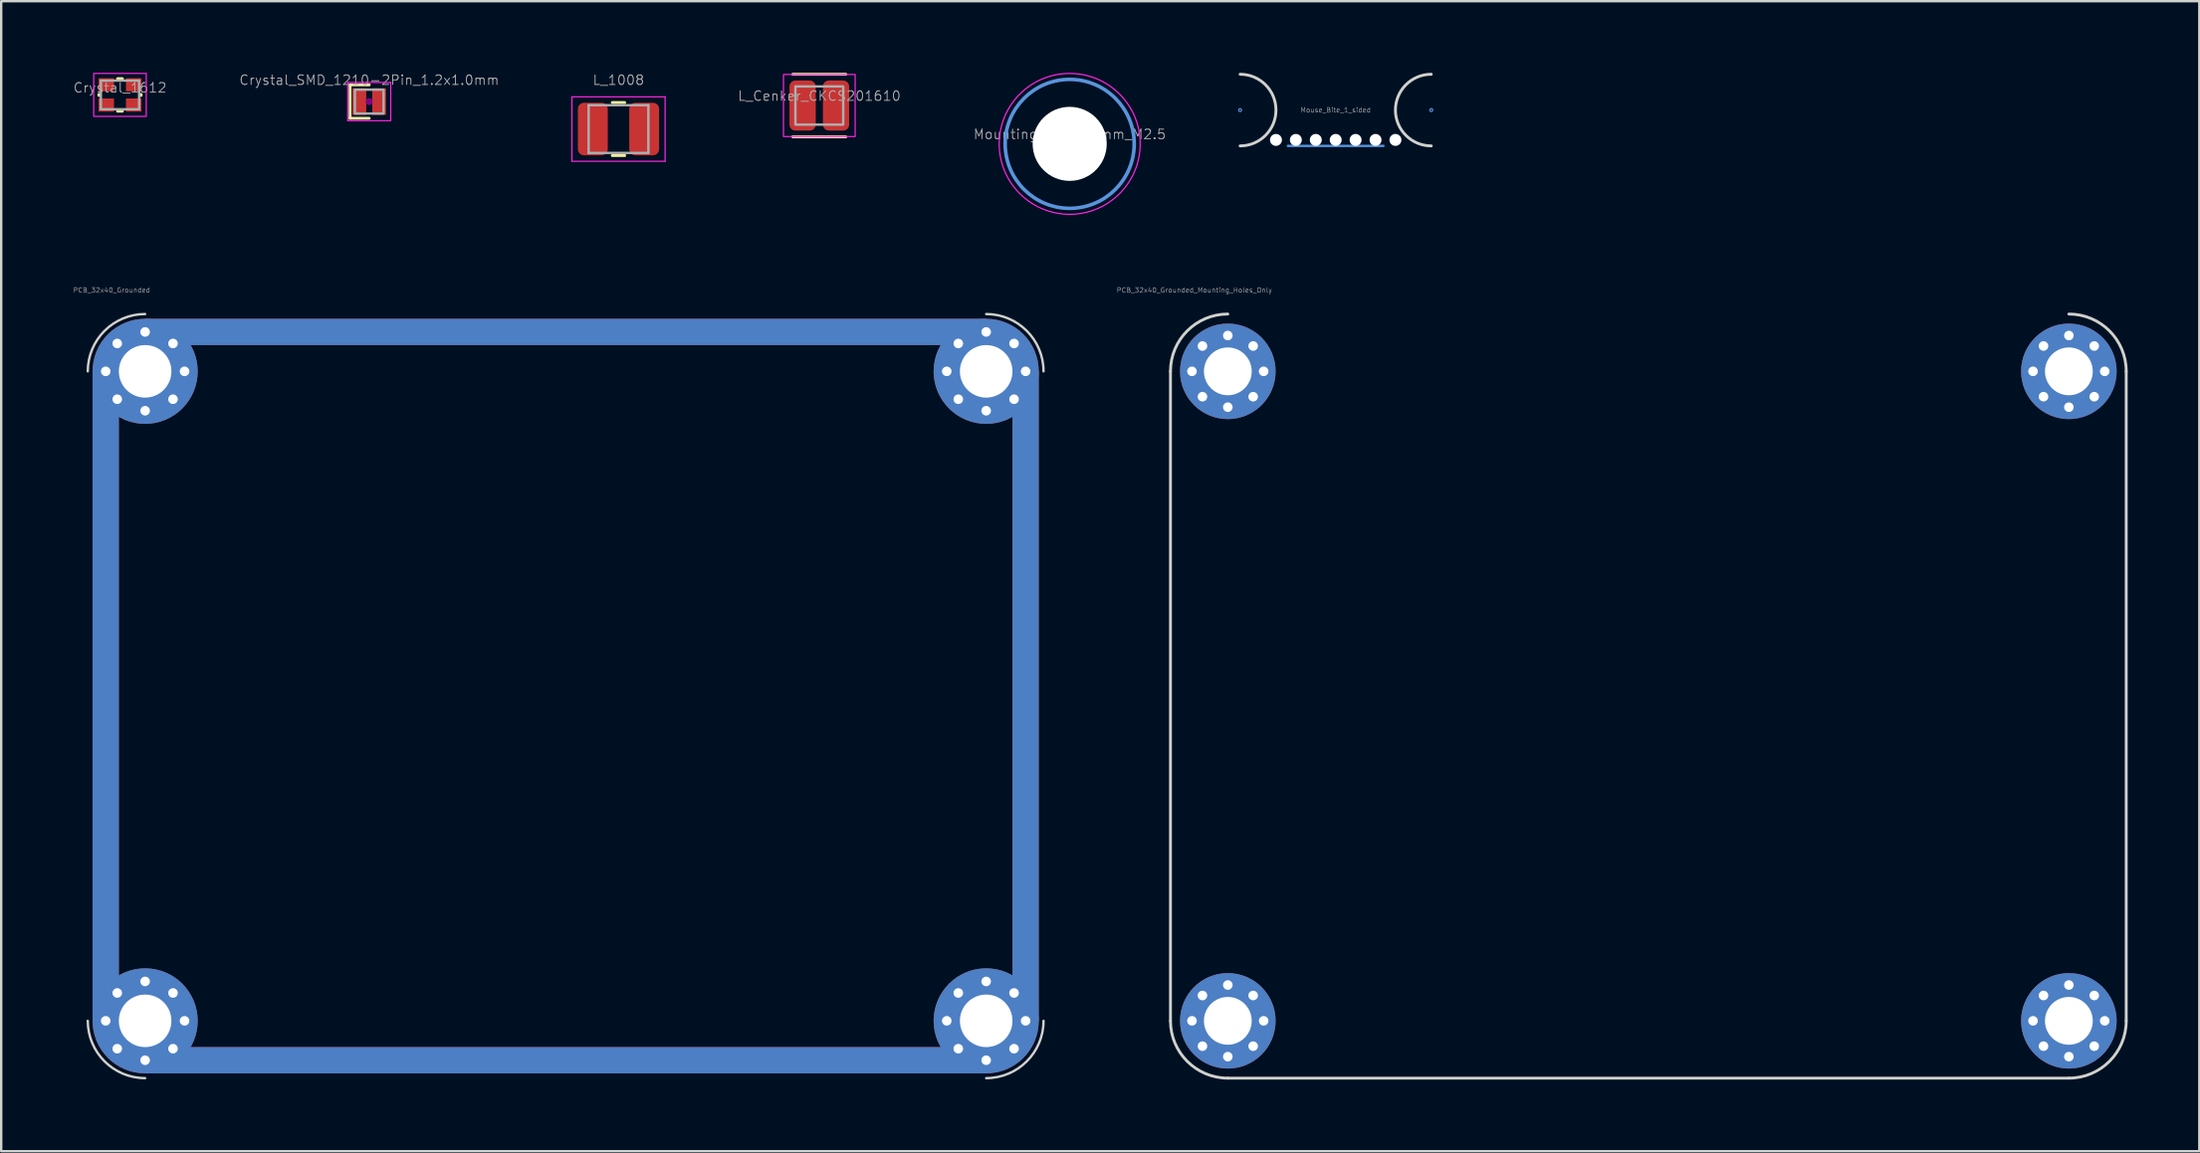
<source format=kicad_pcb>
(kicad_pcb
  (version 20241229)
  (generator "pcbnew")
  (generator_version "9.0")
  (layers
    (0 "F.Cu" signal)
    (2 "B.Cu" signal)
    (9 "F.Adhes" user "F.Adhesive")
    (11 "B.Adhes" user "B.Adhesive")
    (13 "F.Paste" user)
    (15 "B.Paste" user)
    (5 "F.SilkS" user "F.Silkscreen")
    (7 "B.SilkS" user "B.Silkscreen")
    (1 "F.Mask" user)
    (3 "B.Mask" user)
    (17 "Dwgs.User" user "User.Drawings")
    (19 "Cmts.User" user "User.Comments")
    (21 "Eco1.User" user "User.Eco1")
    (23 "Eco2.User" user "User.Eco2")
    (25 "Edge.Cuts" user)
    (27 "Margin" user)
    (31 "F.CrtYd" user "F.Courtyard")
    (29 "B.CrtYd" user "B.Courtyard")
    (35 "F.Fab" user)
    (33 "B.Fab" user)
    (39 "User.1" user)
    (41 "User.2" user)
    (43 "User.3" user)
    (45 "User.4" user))
  (footprint "Mouse_Bite_1_sided"
    (layer "F.Cu")
    (at 56.852 3.06)
    (property "Reference" "Mouse_Bite_1_sided" (at -4 -1.5 0) (unlocked yes) (layer "F.Fab") (effects (font (size 0.2 0.2) (thickness 0.02))))
    (attr through_hole board_only exclude_from_pos_files exclude_from_bom)
    (fp_line (start -6 0) (end -2 0) (stroke (width 0.1) (type solid)) (layer "Cmts.User"))
    (fp_circle (center -8 -1.5) (end -7.94 -1.5) (stroke (width 0.05) (type solid)) (fill no) (layer "Cmts.User"))
    (fp_circle (center 0 -1.5) (end 0.06 -1.5) (stroke (width 0.05) (type solid)) (fill no) (layer "Cmts.User"))
    (fp_arc (start -8 -3) (mid -6.5 -1.5) (end -8 0) (stroke (width 0.12) (type default)) (layer "Edge.Cuts"))
    (fp_arc (start 0 0) (mid -1.5 -1.5) (end 0 -3) (stroke (width 0.12) (type default)) (layer "Edge.Cuts"))
    (pad "" np_thru_hole circle (at -6.5 -0.25) (size 0.5 0.5) (drill 0.5) (layers "*.Cu" "*.Mask"))
    (pad "" np_thru_hole circle (at -5.667 -0.25) (size 0.5 0.5) (drill 0.5) (layers "*.Cu" "*.Mask"))
    (pad "" np_thru_hole circle (at -4.833 -0.25) (size 0.5 0.5) (drill 0.5) (layers "*.Cu" "*.Mask"))
    (pad "" np_thru_hole circle (at -4 -0.25) (size 0.5 0.5) (drill 0.5) (layers "*.Cu" "*.Mask"))
    (pad "" np_thru_hole circle (at -3.167 -0.25) (size 0.5 0.5) (drill 0.5) (layers "*.Cu" "*.Mask"))
    (pad "" np_thru_hole circle (at -2.333 -0.25) (size 0.5 0.5) (drill 0.5) (layers "*.Cu" "*.Mask"))
    (pad "" np_thru_hole circle (at -1.5 -0.25) (size 0.5 0.5) (drill 0.5) (layers "*.Cu" "*.Mask")))
  (footprint "L_Cenker_CKCS201610"
    (layer "F.Cu")
    (at 31.24 1.37)
    (property "Reference" "L_Cenker_CKCS201610" (at 0 -0.4 0) (layer "F.Fab") (effects (font (size 0.4 0.4) (thickness 0.04))))
    (attr smd)
    (fp_line (start -1.11 -1.31) (end 1.11 -1.31) (stroke (width 0.12) (type solid)) (layer "F.SilkS"))
    (fp_line (start 1.11 1.31) (end -1.11 1.31) (stroke (width 0.12) (type solid)) (layer "F.SilkS"))
    (fp_rect (start -1.5 -1.3) (end 1.5 1.3) (stroke (width 0.05) (type solid)) (fill no) (layer "F.CrtYd"))
    (fp_rect (start -1 -0.8) (end 1 0.8) (stroke (width 0.1) (type solid)) (fill no) (layer "F.Fab"))
    (pad "1" smd roundrect (at -0.7 0) (size 1.1 2.1) (layers "F.Cu" "F.Mask" "F.Paste") (roundrect_rratio 0.227))
    (pad "2" smd roundrect (at 0.7 0) (size 1.1 2.1) (layers "F.Cu" "F.Mask" "F.Paste") (roundrect_rratio 0.227)))
  (footprint "L_1008"
    (layer "F.Cu")
    (at 22.836 2.354)
    (property "Reference" "L_1008" (at 0 -2.05 0) (layer "F.Fab") (effects (font (size 0.4 0.4) (thickness 0.04))))
    (attr smd)
    (fp_line (start -0.261 -1.11) (end 0.261 -1.11) (stroke (width 0.12) (type solid)) (layer "F.SilkS"))
    (fp_line (start -0.261 1.11) (end 0.261 1.11) (stroke (width 0.12) (type solid)) (layer "F.SilkS"))
    (fp_line (start -1.95 -1.35) (end 1.95 -1.35) (stroke (width 0.05) (type solid)) (layer "F.CrtYd"))
    (fp_line (start -1.95 1.35) (end -1.95 -1.35) (stroke (width 0.05) (type solid)) (layer "F.CrtYd"))
    (fp_line (start 1.95 -1.35) (end 1.95 1.35) (stroke (width 0.05) (type solid)) (layer "F.CrtYd"))
    (fp_line (start 1.95 1.35) (end -1.95 1.35) (stroke (width 0.05) (type solid)) (layer "F.CrtYd"))
    (fp_line (start -1.25 -1) (end 1.25 -1) (stroke (width 0.1) (type solid)) (layer "F.Fab"))
    (fp_line (start -1.25 1) (end -1.25 -1) (stroke (width 0.1) (type solid)) (layer "F.Fab"))
    (fp_line (start 1.25 -1) (end 1.25 1) (stroke (width 0.1) (type solid)) (layer "F.Fab"))
    (fp_line (start 1.25 1) (end -1.25 1) (stroke (width 0.1) (type solid)) (layer "F.Fab"))
    (pad "1" smd roundrect (at -1.075 0) (size 1.25 2.2) (layers "F.Cu" "F.Mask" "F.Paste") (roundrect_rratio 0.2))
    (pad "2" smd roundrect (at 1.075 0) (size 1.25 2.2) (layers "F.Cu" "F.Mask" "F.Paste") (roundrect_rratio 0.2)))
  (footprint "Crystal_SMD_1210-2Pin_1.2x1.0mm"
    (layer "F.Cu")
    (at 12.403 1.204)
    (property "Reference" "Crystal_SMD_1210-2Pin_1.2x1.0mm" (at 0 -0.9 0) (layer "F.Fab") (effects (font (size 0.4 0.4) (thickness 0.04))))
    (attr smd)
    (fp_line (start -0.8 -0.7) (end -0.8 0.7) (stroke (width 0.12) (type default)) (layer "F.SilkS"))
    (fp_line (start -0.8 -0.7) (end 0 -0.7) (stroke (width 0.12) (type solid)) (layer "F.SilkS"))
    (fp_line (start -0.8 0.7) (end 0 0.7) (stroke (width 0.12) (type solid)) (layer "F.SilkS"))
    (fp_circle (center 0 0) (end 0.047 0) (stroke (width 0.067) (type solid)) (fill no) (layer "F.Adhes"))
    (fp_circle (center 0 0) (end 0.047 0) (stroke (width 0.067) (type solid)) (fill no) (layer "F.Adhes"))
    (fp_circle (center 0 0) (end 0.047 0) (stroke (width 0.093) (type solid)) (fill no) (layer "F.Adhes"))
    (fp_circle (center 0 0) (end 0.047 0) (stroke (width 0.1) (type solid)) (fill no) (layer "F.Adhes"))
    (fp_line (start -0.9 -0.8) (end -0.9 0.8) (stroke (width 0.05) (type solid)) (layer "F.CrtYd"))
    (fp_line (start -0.9 0.8) (end 0.9 0.8) (stroke (width 0.05) (type solid)) (layer "F.CrtYd"))
    (fp_line (start 0.9 -0.8) (end -0.9 -0.8) (stroke (width 0.05) (type solid)) (layer "F.CrtYd"))
    (fp_line (start 0.9 0.8) (end 0.9 -0.8) (stroke (width 0.05) (type solid)) (layer "F.CrtYd"))
    (fp_poly (pts (xy -0.6 -0.5) (xy 0.6 -0.5) (xy 0.6 0.5) (xy -0.6 0.5)) (stroke (width 0.1) (type default)) (fill no) (layer "F.Fab"))
    (pad "1" smd rect (at -0.413 0) (size 0.575 1.114) (layers "F.Cu" "F.Mask" "F.Paste"))
    (pad "2" smd rect (at 0.413 0) (size 0.575 1.114) (layers "F.Cu" "F.Mask" "F.Paste")))
  (footprint "PCB_32x40_Grounded"
    (layer "F.Cu")
    (at 0.624 10.102)
    (property "Reference" "PCB_32x40_Grounded" (at 1 -1 0) (unlocked yes) (layer "F.Fab") (effects (font (size 0.2 0.2) (thickness 0.02))))
    (attr exclude_from_pos_files exclude_from_bom)
    (fp_arc (start 0 2.4) (mid 0.702944 0.702944) (end 2.4 0) (stroke (width 0.1) (type default)) (layer "Edge.Cuts"))
    (fp_arc (start 2.4 32) (mid 0.702944 31.297056) (end 0 29.6) (stroke (width 0.1) (type default)) (layer "Edge.Cuts"))
    (fp_arc (start 37.6 0) (mid 39.297056 0.702944) (end 40 2.4) (stroke (width 0.1) (type default)) (layer "Edge.Cuts"))
    (fp_arc (start 40 29.6) (mid 39.297056 31.297056) (end 37.6 32) (stroke (width 0.1) (type default)) (layer "Edge.Cuts"))
    (pad "1" thru_hole circle (at 0.75 2.4) (size 0.7 0.7) (drill 0.4) (layers "*.Cu" "*.Mask"))
    (pad "1" smd rect (at 0.75 16) (size 1.1 27.2) (layers "F.Cu" "F.Mask"))
    (pad "1" smd rect (at 0.75 16) (size 1.1 27.2) (layers "B.Cu" "B.Mask"))
    (pad "1" thru_hole circle (at 0.75 29.6) (size 0.7 0.7) (drill 0.4) (layers "*.Cu" "*.Mask"))
    (pad "1" thru_hole circle (at 1.233 1.233) (size 0.7 0.7) (drill 0.4) (layers "*.Cu" "*.Mask"))
    (pad "1" thru_hole circle (at 1.233 3.567) (size 0.7 0.7) (drill 0.4) (layers "*.Cu" "*.Mask"))
    (pad "1" thru_hole circle (at 1.233 28.433) (size 0.7 0.7) (drill 0.4) (layers "*.Cu" "*.Mask"))
    (pad "1" thru_hole circle (at 1.233 30.767) (size 0.7 0.7) (drill 0.4) (layers "*.Cu" "*.Mask"))
    (pad "1" thru_hole circle (at 2.4 0.75) (size 0.7 0.7) (drill 0.4) (layers "*.Cu" "*.Mask"))
    (pad "1" thru_hole circle (at 2.4 2.4) (size 4.4 4.4) (drill 2.2) (layers "*.Cu" "*.Mask"))
    (pad "1" thru_hole circle (at 2.4 4.05) (size 0.7 0.7) (drill 0.4) (layers "*.Cu" "*.Mask"))
    (pad "1" thru_hole circle (at 2.4 27.95) (size 0.7 0.7) (drill 0.4) (layers "*.Cu" "*.Mask"))
    (pad "1" thru_hole circle (at 2.4 29.6) (size 4.4 4.4) (drill 2.2) (layers "*.Cu" "*.Mask"))
    (pad "1" thru_hole circle (at 2.4 31.25) (size 0.7 0.7) (drill 0.4) (layers "*.Cu" "*.Mask"))
    (pad "1" thru_hole circle (at 3.567 1.233) (size 0.7 0.7) (drill 0.4) (layers "*.Cu" "*.Mask"))
    (pad "1" thru_hole circle (at 3.567 3.567) (size 0.7 0.7) (drill 0.4) (layers "*.Cu" "*.Mask"))
    (pad "1" thru_hole circle (at 3.567 28.433) (size 0.7 0.7) (drill 0.4) (layers "*.Cu" "*.Mask"))
    (pad "1" thru_hole circle (at 3.567 30.767) (size 0.7 0.7) (drill 0.4) (layers "*.Cu" "*.Mask"))
    (pad "1" thru_hole circle (at 4.05 2.4) (size 0.7 0.7) (drill 0.4) (layers "*.Cu" "*.Mask"))
    (pad "1" thru_hole circle (at 4.05 29.6) (size 0.7 0.7) (drill 0.4) (layers "*.Cu" "*.Mask"))
    (pad "1" smd rect (at 20 0.75) (size 35.2 1.1) (layers "F.Cu" "F.Mask"))
    (pad "1" smd rect (at 20 0.75) (size 35.2 1.1) (layers "B.Cu" "B.Mask"))
    (pad "1" smd rect (at 20 31.25) (size 35.2 1.1) (layers "F.Cu" "F.Mask"))
    (pad "1" smd rect (at 20 31.25) (size 35.2 1.1) (layers "B.Cu" "B.Mask"))
    (pad "1" thru_hole circle (at 35.95 2.4) (size 0.7 0.7) (drill 0.4) (layers "*.Cu" "*.Mask"))
    (pad "1" thru_hole circle (at 35.95 29.6) (size 0.7 0.7) (drill 0.4) (layers "*.Cu" "*.Mask"))
    (pad "1" thru_hole circle (at 36.433 1.233) (size 0.7 0.7) (drill 0.4) (layers "*.Cu" "*.Mask"))
    (pad "1" thru_hole circle (at 36.433 3.567) (size 0.7 0.7) (drill 0.4) (layers "*.Cu" "*.Mask"))
    (pad "1" thru_hole circle (at 36.433 28.433) (size 0.7 0.7) (drill 0.4) (layers "*.Cu" "*.Mask"))
    (pad "1" thru_hole circle (at 36.433 30.767) (size 0.7 0.7) (drill 0.4) (layers "*.Cu" "*.Mask"))
    (pad "1" thru_hole circle (at 37.6 0.75) (size 0.7 0.7) (drill 0.4) (layers "*.Cu" "*.Mask"))
    (pad "1" thru_hole circle (at 37.6 2.4) (size 4.4 4.4) (drill 2.2) (layers "*.Cu" "*.Mask"))
    (pad "1" thru_hole circle (at 37.6 4.05) (size 0.7 0.7) (drill 0.4) (layers "*.Cu" "*.Mask"))
    (pad "1" thru_hole circle (at 37.6 27.95) (size 0.7 0.7) (drill 0.4) (layers "*.Cu" "*.Mask"))
    (pad "1" thru_hole circle (at 37.6 29.6) (size 4.4 4.4) (drill 2.2) (layers "*.Cu" "*.Mask"))
    (pad "1" thru_hole circle (at 37.6 31.25) (size 0.7 0.7) (drill 0.4) (layers "*.Cu" "*.Mask"))
    (pad "1" thru_hole circle (at 38.767 1.233) (size 0.7 0.7) (drill 0.4) (layers "*.Cu" "*.Mask"))
    (pad "1" thru_hole circle (at 38.767 3.567) (size 0.7 0.7) (drill 0.4) (layers "*.Cu" "*.Mask"))
    (pad "1" thru_hole circle (at 38.767 28.433) (size 0.7 0.7) (drill 0.4) (layers "*.Cu" "*.Mask"))
    (pad "1" thru_hole circle (at 38.767 30.767) (size 0.7 0.7) (drill 0.4) (layers "*.Cu" "*.Mask"))
    (pad "1" thru_hole circle (at 39.25 2.4) (size 0.7 0.7) (drill 0.4) (layers "*.Cu" "*.Mask"))
    (pad "1" smd rect (at 39.25 16) (size 1.1 27.2) (layers "F.Cu" "F.Mask"))
    (pad "1" smd rect (at 39.25 16) (size 1.1 27.2) (layers "B.Cu" "B.Mask"))
    (pad "1" thru_hole circle (at 39.25 29.6) (size 0.7 0.7) (drill 0.4) (layers "*.Cu" "*.Mask")))
  (footprint "MountingHole_3.1mm_M2.5"
    (layer "F.Cu")
    (at 41.719 2.975)
    (property "Reference" "MountingHole_3.1mm_M2.5" (at 0 -0.4 0) (layer "F.Fab") (effects (font (size 0.4 0.4) (thickness 0.04))))
    (attr board_only exclude_from_pos_files exclude_from_bom)
    (fp_circle (center 0 0) (end 2.7 0) (stroke (width 0.15) (type solid)) (fill no) (layer "Cmts.User"))
    (fp_circle (center 0 0) (end 2.95 0) (stroke (width 0.05) (type solid)) (fill no) (layer "F.CrtYd"))
    (pad "" np_thru_hole circle (at 0 0) (size 3.1 3.1) (drill 3.1) (layers "*.Cu" "*.Mask")))
  (footprint "Crystal_1612"
    (layer "F.Cu")
    (at 1.972 0.925)
    (property "Reference" "Crystal_1612" (at 0 -0.3 0) (unlocked yes) (layer "F.Fab") (effects (font (size 0.4 0.4) (thickness 0.04))))
    (attr smd)
    (fp_line (start -0.88 0.02) (end -0.88 -0.02) (stroke (width 0.125) (type solid)) (layer "F.SilkS"))
    (fp_line (start 0.1 -0.68) (end -0.1 -0.68) (stroke (width 0.125) (type solid)) (layer "F.SilkS"))
    (fp_line (start 0.1 0.68) (end -0.1 0.68) (stroke (width 0.125) (type solid)) (layer "F.SilkS"))
    (fp_line (start 0.88 0.02) (end 0.88 -0.02) (stroke (width 0.125) (type solid)) (layer "F.SilkS"))
    (fp_rect (start -1.1 -0.9) (end 1.1 0.9) (stroke (width 0.05) (type default)) (fill no) (layer "F.CrtYd"))
    (fp_line (start -0.8 0.6) (end -0.8 -0.6) (stroke (width 0.1) (type solid)) (layer "F.Fab"))
    (fp_line (start 0.8 -0.6) (end -0.8 -0.6) (stroke (width 0.1) (type solid)) (layer "F.Fab"))
    (fp_line (start 0.8 0.6) (end -0.8 0.6) (stroke (width 0.1) (type solid)) (layer "F.Fab"))
    (fp_line (start 0.8 0.6) (end 0.8 -0.6) (stroke (width 0.1) (type solid)) (layer "F.Fab"))
    (pad "1" smd rect (at -0.575 0.425) (size 0.65 0.55) (layers "F.Cu" "F.Mask" "F.Paste"))
    (pad "2" smd rect (at 0.575 0.425) (size 0.65 0.55) (layers "F.Cu" "F.Mask" "F.Paste"))
    (pad "3" smd rect (at 0.575 -0.425) (size 0.65 0.55) (layers "F.Cu" "F.Mask" "F.Paste"))
    (pad "4" smd rect (at -0.575 -0.425) (size 0.65 0.55) (layers "F.Cu" "F.Mask" "F.Paste")))
  (footprint "PCB_32x40_Grounded_Mounting_Holes_Only"
    (layer "F.Cu")
    (at 45.937 10.102)
    (property "Reference" "PCB_32x40_Grounded_Mounting_Holes_Only" (at 1 -1 0) (unlocked yes) (layer "F.Fab") (effects (font (size 0.2 0.2) (thickness 0.02))))
    (attr exclude_from_pos_files exclude_from_bom)
    (fp_line (start 0 2.4) (end 0 29.6) (stroke (width 0.12) (type default)) (layer "Edge.Cuts"))
    (fp_line (start 2.4 32) (end 37.6 32) (stroke (width 0.12) (type default)) (layer "Edge.Cuts"))
    (fp_line (start 40 2.4) (end 40 29.6) (stroke (width 0.12) (type default)) (layer "Edge.Cuts"))
    (fp_arc (start 0 2.4) (mid 0.702944 0.702944) (end 2.4 0) (stroke (width 0.12) (type default)) (layer "Edge.Cuts"))
    (fp_arc (start 2.4 32) (mid 0.702944 31.297056) (end 0 29.6) (stroke (width 0.12) (type default)) (layer "Edge.Cuts"))
    (fp_arc (start 37.6 0) (mid 39.297056 0.702944) (end 40 2.4) (stroke (width 0.12) (type default)) (layer "Edge.Cuts"))
    (fp_arc (start 40 29.6) (mid 39.297056 31.297056) (end 37.6 32) (stroke (width 0.12) (type default)) (layer "Edge.Cuts"))
    (pad "1" thru_hole circle (at 0.9 2.4) (size 0.7 0.7) (drill 0.4) (layers "*.Cu" "*.Mask"))
    (pad "1" thru_hole circle (at 0.9 29.6) (size 0.7 0.7) (drill 0.4) (layers "*.Cu" "*.Mask"))
    (pad "1" thru_hole circle (at 1.339 1.339 45) (size 0.7 0.7) (drill 0.4) (layers "*.Cu" "*.Mask"))
    (pad "1" thru_hole circle (at 1.339 3.461 45) (size 0.7 0.7) (drill 0.4) (layers "*.Cu" "*.Mask"))
    (pad "1" thru_hole circle (at 1.339 28.539 45) (size 0.7 0.7) (drill 0.4) (layers "*.Cu" "*.Mask"))
    (pad "1" thru_hole circle (at 1.339 30.661 45) (size 0.7 0.7) (drill 0.4) (layers "*.Cu" "*.Mask"))
    (pad "1" thru_hole circle (at 2.4 0.9) (size 0.7 0.7) (drill 0.4) (layers "*.Cu" "*.Mask"))
    (pad "1" thru_hole circle (at 2.4 2.4) (size 4 4) (drill 2) (layers "*.Cu" "*.Mask"))
    (pad "1" thru_hole circle (at 2.4 3.9) (size 0.7 0.7) (drill 0.4) (layers "*.Cu" "*.Mask"))
    (pad "1" thru_hole circle (at 2.4 28.1) (size 0.7 0.7) (drill 0.4) (layers "*.Cu" "*.Mask"))
    (pad "1" thru_hole circle (at 2.4 29.6) (size 4 4) (drill 2) (layers "*.Cu" "*.Mask"))
    (pad "1" thru_hole circle (at 2.4 31.1) (size 0.7 0.7) (drill 0.4) (layers "*.Cu" "*.Mask"))
    (pad "1" thru_hole circle (at 3.461 1.339 45) (size 0.7 0.7) (drill 0.4) (layers "*.Cu" "*.Mask"))
    (pad "1" thru_hole circle (at 3.461 3.461 45) (size 0.7 0.7) (drill 0.4) (layers "*.Cu" "*.Mask"))
    (pad "1" thru_hole circle (at 3.461 28.539 45) (size 0.7 0.7) (drill 0.4) (layers "*.Cu" "*.Mask"))
    (pad "1" thru_hole circle (at 3.461 30.661 45) (size 0.7 0.7) (drill 0.4) (layers "*.Cu" "*.Mask"))
    (pad "1" thru_hole circle (at 3.9 2.4) (size 0.7 0.7) (drill 0.4) (layers "*.Cu" "*.Mask"))
    (pad "1" thru_hole circle (at 3.9 29.6) (size 0.7 0.7) (drill 0.4) (layers "*.Cu" "*.Mask"))
    (pad "1" thru_hole circle (at 36.1 2.4) (size 0.7 0.7) (drill 0.4) (layers "*.Cu" "*.Mask"))
    (pad "1" thru_hole circle (at 36.1 29.6) (size 0.7 0.7) (drill 0.4) (layers "*.Cu" "*.Mask"))
    (pad "1" thru_hole circle (at 36.539 1.339 45) (size 0.7 0.7) (drill 0.4) (layers "*.Cu" "*.Mask"))
    (pad "1" thru_hole circle (at 36.539 3.461 45) (size 0.7 0.7) (drill 0.4) (layers "*.Cu" "*.Mask"))
    (pad "1" thru_hole circle (at 36.539 28.539 45) (size 0.7 0.7) (drill 0.4) (layers "*.Cu" "*.Mask"))
    (pad "1" thru_hole circle (at 36.539 30.661 45) (size 0.7 0.7) (drill 0.4) (layers "*.Cu" "*.Mask"))
    (pad "1" thru_hole circle (at 37.6 0.9) (size 0.7 0.7) (drill 0.4) (layers "*.Cu" "*.Mask"))
    (pad "1" thru_hole circle (at 37.6 2.4) (size 4 4) (drill 2) (layers "*.Cu" "*.Mask"))
    (pad "1" thru_hole circle (at 37.6 3.9) (size 0.7 0.7) (drill 0.4) (layers "*.Cu" "*.Mask"))
    (pad "1" thru_hole circle (at 37.6 28.1) (size 0.7 0.7) (drill 0.4) (layers "*.Cu" "*.Mask"))
    (pad "1" thru_hole circle (at 37.6 29.6) (size 4 4) (drill 2) (layers "*.Cu" "*.Mask"))
    (pad "1" thru_hole circle (at 37.6 31.1) (size 0.7 0.7) (drill 0.4) (layers "*.Cu" "*.Mask"))
    (pad "1" thru_hole circle (at 38.661 1.339 45) (size 0.7 0.7) (drill 0.4) (layers "*.Cu" "*.Mask"))
    (pad "1" thru_hole circle (at 38.661 3.461 45) (size 0.7 0.7) (drill 0.4) (layers "*.Cu" "*.Mask"))
    (pad "1" thru_hole circle (at 38.661 28.539 45) (size 0.7 0.7) (drill 0.4) (layers "*.Cu" "*.Mask"))
    (pad "1" thru_hole circle (at 38.661 30.661 45) (size 0.7 0.7) (drill 0.4) (layers "*.Cu" "*.Mask"))
    (pad "1" thru_hole circle (at 39.1 2.4) (size 0.7 0.7) (drill 0.4) (layers "*.Cu" "*.Mask"))
    (pad "1" thru_hole circle (at 39.1 29.6) (size 0.7 0.7) (drill 0.4) (layers "*.Cu" "*.Mask")))
  (gr_rect
    (start -3 -3)
    (end 88.997 45.162)
    (stroke (width 0.1) (type default))
    (fill no)
    (layer "Edge.Cuts")))
</source>
